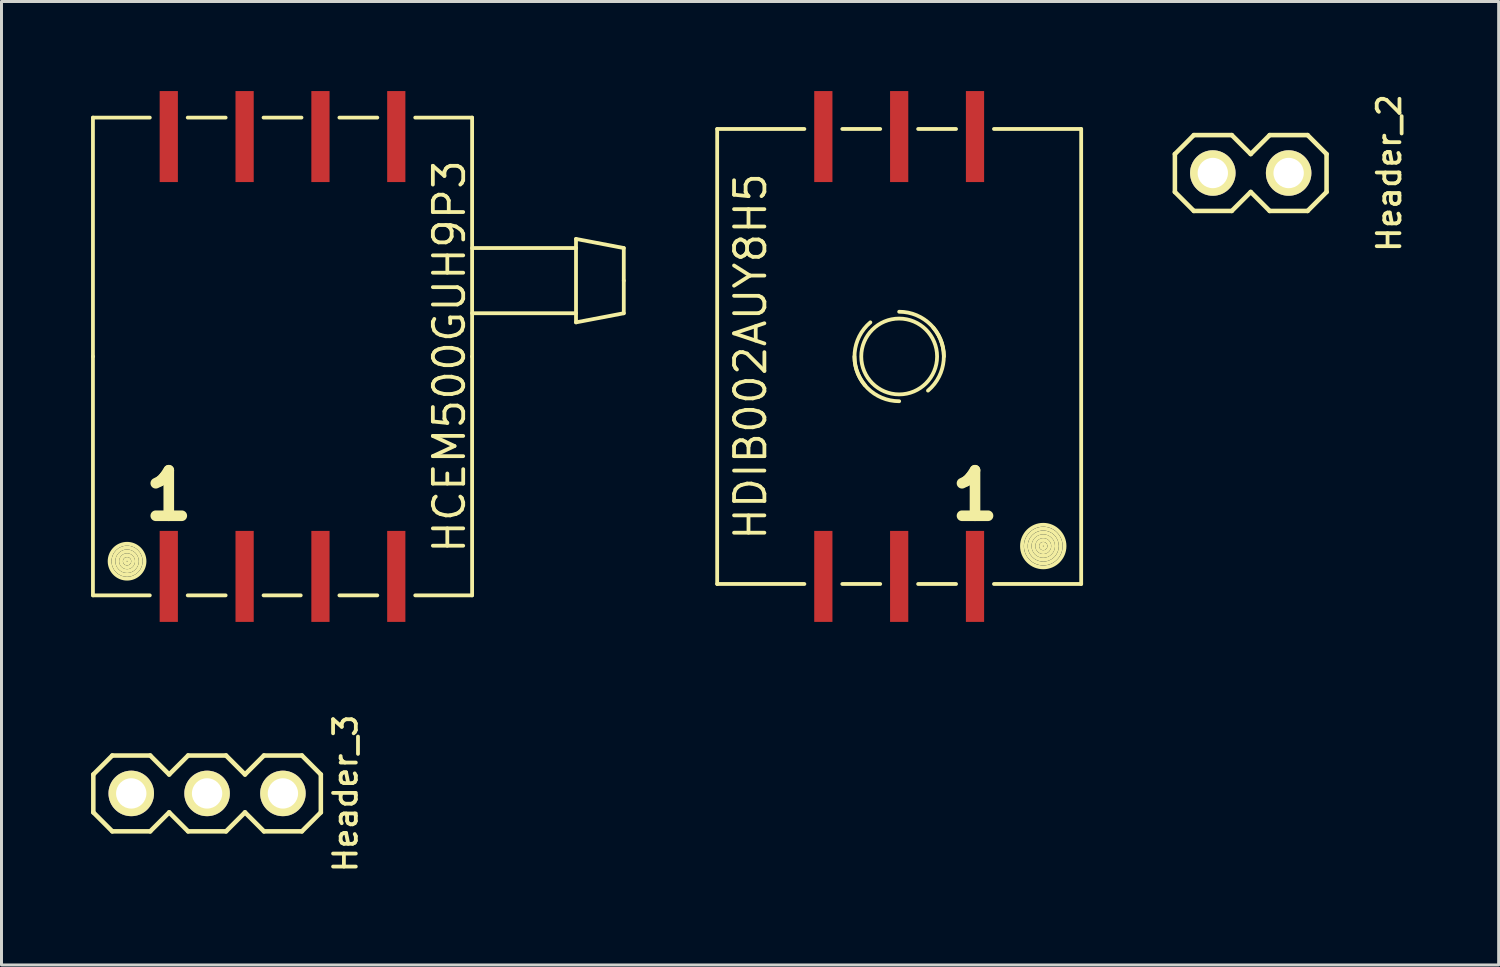
<source format=kicad_pcb>
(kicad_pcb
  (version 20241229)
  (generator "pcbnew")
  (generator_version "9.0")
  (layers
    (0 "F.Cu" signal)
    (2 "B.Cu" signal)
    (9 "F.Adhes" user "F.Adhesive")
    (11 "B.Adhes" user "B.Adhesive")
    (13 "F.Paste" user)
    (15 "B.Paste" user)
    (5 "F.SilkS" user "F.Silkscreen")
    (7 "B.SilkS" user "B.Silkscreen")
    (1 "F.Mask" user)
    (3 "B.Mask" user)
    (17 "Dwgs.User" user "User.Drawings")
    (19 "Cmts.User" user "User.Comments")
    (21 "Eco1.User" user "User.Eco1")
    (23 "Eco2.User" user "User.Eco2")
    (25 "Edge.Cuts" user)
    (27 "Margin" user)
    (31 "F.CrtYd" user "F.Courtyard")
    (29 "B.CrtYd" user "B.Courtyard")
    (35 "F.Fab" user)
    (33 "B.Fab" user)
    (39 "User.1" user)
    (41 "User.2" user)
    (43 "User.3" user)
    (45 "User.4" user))
  (footprint "Header_3"
    (layer "F.Cu")
    (at 3.886 23.525)
    (property "Reference" "Header_3" (at 4.636 0 90) (layer "F.SilkS") (effects (font (size 0.762 0.762) (thickness 0.127))))
    (attr smd)
    (fp_line (start -3.81 -0.635) (end -3.81 0.635) (stroke (width 0.152) (type solid)) (layer "F.SilkS"))
    (fp_line (start -3.81 -0.635) (end -3.175 -1.27) (stroke (width 0.152) (type solid)) (layer "F.SilkS"))
    (fp_line (start -3.175 -1.27) (end -1.905 -1.27) (stroke (width 0.152) (type solid)) (layer "F.SilkS"))
    (fp_line (start -3.175 1.27) (end -3.81 0.635) (stroke (width 0.152) (type solid)) (layer "F.SilkS"))
    (fp_line (start -1.905 -1.27) (end -1.27 -0.635) (stroke (width 0.152) (type solid)) (layer "F.SilkS"))
    (fp_line (start -1.905 1.27) (end -3.175 1.27) (stroke (width 0.152) (type solid)) (layer "F.SilkS"))
    (fp_line (start -1.27 -0.635) (end -0.635 -1.27) (stroke (width 0.152) (type solid)) (layer "F.SilkS"))
    (fp_line (start -1.27 0.635) (end -1.905 1.27) (stroke (width 0.152) (type solid)) (layer "F.SilkS"))
    (fp_line (start -0.635 -1.27) (end 0.635 -1.27) (stroke (width 0.152) (type solid)) (layer "F.SilkS"))
    (fp_line (start -0.635 1.27) (end -1.27 0.635) (stroke (width 0.152) (type solid)) (layer "F.SilkS"))
    (fp_line (start 0.635 -1.27) (end 1.27 -0.635) (stroke (width 0.152) (type solid)) (layer "F.SilkS"))
    (fp_line (start 0.635 1.27) (end -0.635 1.27) (stroke (width 0.152) (type solid)) (layer "F.SilkS"))
    (fp_line (start 1.27 -0.635) (end 1.905 -1.27) (stroke (width 0.152) (type solid)) (layer "F.SilkS"))
    (fp_line (start 1.27 0.635) (end 0.635 1.27) (stroke (width 0.152) (type solid)) (layer "F.SilkS"))
    (fp_line (start 1.905 -1.27) (end 3.175 -1.27) (stroke (width 0.152) (type solid)) (layer "F.SilkS"))
    (fp_line (start 1.905 1.27) (end 1.27 0.635) (stroke (width 0.152) (type solid)) (layer "F.SilkS"))
    (fp_line (start 3.175 -1.27) (end 3.81 -0.635) (stroke (width 0.152) (type solid)) (layer "F.SilkS"))
    (fp_line (start 3.175 1.27) (end 1.905 1.27) (stroke (width 0.152) (type solid)) (layer "F.SilkS"))
    (fp_line (start 3.81 -0.635) (end 3.81 0.635) (stroke (width 0.152) (type solid)) (layer "F.SilkS"))
    (fp_line (start 3.81 0.635) (end 3.175 1.27) (stroke (width 0.152) (type solid)) (layer "F.SilkS"))
    (pad "1" thru_hole circle (at -2.54 0) (size 1.524 1.524) (drill 1.016) (layers "*.Cu" "*.Mask" "F.SilkS"))
    (pad "2" thru_hole circle (at 0 0) (size 1.524 1.524) (drill 1.016) (layers "*.Cu" "*.Mask" "F.SilkS"))
    (pad "3" thru_hole circle (at 2.54 0) (size 1.524 1.524) (drill 1.016) (layers "*.Cu" "*.Mask" "F.SilkS")))
  (footprint "Header_2"
    (layer "F.Cu")
    (at 38.842 2.745)
    (property "Reference" "Header_2" (at 4.636 0 90) (layer "F.SilkS") (effects (font (size 0.762 0.762) (thickness 0.127))))
    (attr smd)
    (fp_line (start -2.54 -0.635) (end -2.54 0.635) (stroke (width 0.152) (type solid)) (layer "F.SilkS"))
    (fp_line (start -2.54 -0.635) (end -1.905 -1.27) (stroke (width 0.152) (type solid)) (layer "F.SilkS"))
    (fp_line (start -1.905 -1.27) (end -0.635 -1.27) (stroke (width 0.152) (type solid)) (layer "F.SilkS"))
    (fp_line (start -1.905 1.27) (end -2.54 0.635) (stroke (width 0.152) (type solid)) (layer "F.SilkS"))
    (fp_line (start -0.635 -1.27) (end 0 -0.635) (stroke (width 0.152) (type solid)) (layer "F.SilkS"))
    (fp_line (start -0.635 1.27) (end -1.905 1.27) (stroke (width 0.152) (type solid)) (layer "F.SilkS"))
    (fp_line (start 0 -0.635) (end 0.635 -1.27) (stroke (width 0.152) (type solid)) (layer "F.SilkS"))
    (fp_line (start 0 0.635) (end -0.635 1.27) (stroke (width 0.152) (type solid)) (layer "F.SilkS"))
    (fp_line (start 0.635 -1.27) (end 1.905 -1.27) (stroke (width 0.152) (type solid)) (layer "F.SilkS"))
    (fp_line (start 0.635 1.27) (end 0 0.635) (stroke (width 0.152) (type solid)) (layer "F.SilkS"))
    (fp_line (start 1.905 -1.27) (end 2.54 -0.635) (stroke (width 0.152) (type solid)) (layer "F.SilkS"))
    (fp_line (start 1.905 1.27) (end 0.635 1.27) (stroke (width 0.152) (type solid)) (layer "F.SilkS"))
    (fp_line (start 2.54 -0.635) (end 2.54 0.635) (stroke (width 0.152) (type solid)) (layer "F.SilkS"))
    (fp_line (start 2.54 0.635) (end 1.905 1.27) (stroke (width 0.152) (type solid)) (layer "F.SilkS"))
    (pad "1" thru_hole circle (at -1.27 0) (size 1.524 1.524) (drill 1.016) (layers "*.Cu" "*.Mask" "F.SilkS"))
    (pad "2" thru_hole circle (at 1.27 0) (size 1.524 1.524) (drill 1.016) (layers "*.Cu" "*.Mask" "F.SilkS")))
  (footprint "HDIB002AUY8H5"
    (layer "F.Cu")
    (at 27.067 8.89)
    (property "Reference" "HDIB002AUY8H5" (at -4.978 0 90) (layer "F.SilkS") (effects (font (size 1.016 1.016) (thickness 0.127))))
    (attr smd)
    (fp_line (start -6.096 -7.62) (end -6.096 7.62) (stroke (width 0.127) (type solid)) (layer "F.SilkS"))
    (fp_line (start -6.096 -7.62) (end -3.175 -7.62) (stroke (width 0.127) (type solid)) (layer "F.SilkS"))
    (fp_line (start -6.096 7.62) (end -3.175 7.62) (stroke (width 0.127) (type solid)) (layer "F.SilkS"))
    (fp_line (start -1.905 -7.62) (end -0.635 -7.62) (stroke (width 0.127) (type solid)) (layer "F.SilkS"))
    (fp_line (start -1.905 7.62) (end -0.635 7.62) (stroke (width 0.127) (type solid)) (layer "F.SilkS"))
    (fp_line (start 0.635 -7.62) (end 1.905 -7.62) (stroke (width 0.127) (type solid)) (layer "F.SilkS"))
    (fp_line (start 0.635 7.62) (end 1.905 7.62) (stroke (width 0.127) (type solid)) (layer "F.SilkS"))
    (fp_line (start 3.175 -7.62) (end 6.096 -7.62) (stroke (width 0.127) (type solid)) (layer "F.SilkS"))
    (fp_line (start 3.175 7.62) (end 6.096 7.62) (stroke (width 0.127) (type solid)) (layer "F.SilkS"))
    (fp_line (start 6.096 7.62) (end 6.096 -7.62) (stroke (width 0.127) (type solid)) (layer "F.SilkS"))
    (fp_arc (start -1.143 0.9652) (mid -1.490723 -0.125724) (end -0.9652 -1.143) (stroke (width 0.127) (type solid)) (layer "F.SilkS"))
    (fp_arc (start 0 -1.4986) (mid 1.05967 -1.05967) (end 1.4986 0) (stroke (width 0.127) (type solid)) (layer "F.SilkS"))
    (fp_arc (start 0 1.4986) (mid -1.05967 1.05967) (end -1.4986 0) (stroke (width 0.127) (type solid)) (layer "F.SilkS"))
    (fp_arc (start 1.143 -0.9652) (mid 1.490723 0.125724) (end 0.9652 1.143) (stroke (width 0.127) (type solid)) (layer "F.SilkS"))
    (fp_circle (center 0 0) (end -1.27 -0.025) (stroke (width 0.127) (type solid)) (fill no) (layer "F.SilkS"))
    (fp_circle (center 4.826 6.35) (end 4.826 6.426) (stroke (width 0.127) (type solid)) (fill no) (layer "F.SilkS"))
    (fp_circle (center 4.826 6.35) (end 4.826 6.553) (stroke (width 0.127) (type solid)) (fill no) (layer "F.SilkS"))
    (fp_circle (center 4.826 6.35) (end 4.826 6.68) (stroke (width 0.127) (type solid)) (fill no) (layer "F.SilkS"))
    (fp_circle (center 4.826 6.35) (end 4.826 6.807) (stroke (width 0.127) (type solid)) (fill no) (layer "F.SilkS"))
    (fp_circle (center 4.826 6.35) (end 4.826 6.934) (stroke (width 0.127) (type solid)) (fill no) (layer "F.SilkS"))
    (fp_circle (center 4.826 6.35) (end 4.877 7.061) (stroke (width 0.127) (type solid)) (fill no) (layer "F.SilkS"))
    (fp_text user "1" (at 2.54 4.648 0) (layer "F.SilkS") (effects (font (size 1.524 1.524) (thickness 0.356))))
    (pad "1" smd rect (at 2.54 7.366) (size 0.61 3.048) (layers "F.Cu" "F.Mask" "F.Paste"))
    (pad "2" smd rect (at 0 7.366) (size 0.61 3.048) (layers "F.Cu" "F.Mask" "F.Paste"))
    (pad "3" smd rect (at -2.54 7.366) (size 0.61 3.048) (layers "F.Cu" "F.Mask" "F.Paste"))
    (pad "4" smd rect (at -2.54 -7.366) (size 0.61 3.048) (layers "F.Cu" "F.Mask" "F.Paste"))
    (pad "5" smd rect (at 0 -7.366) (size 0.61 3.048) (layers "F.Cu" "F.Mask" "F.Paste"))
    (pad "6" smd rect (at 2.54 -7.366) (size 0.61 3.048) (layers "F.Cu" "F.Mask" "F.Paste")))
  (footprint "HCEM500GUH9P3"
    (layer "F.Cu")
    (at 6.413 8.89)
    (property "Reference" "HCEM500GUH9P3" (at 5.588 0 90) (layer "F.SilkS") (effects (font (size 1.016 1.016) (thickness 0.127))))
    (attr smd)
    (fp_line (start -6.35 -8.001) (end -4.445 -8.001) (stroke (width 0.127) (type solid)) (layer "F.SilkS"))
    (fp_line (start -6.35 0) (end -6.35 -8.001) (stroke (width 0.127) (type solid)) (layer "F.SilkS"))
    (fp_line (start -6.35 8.001) (end -6.35 0) (stroke (width 0.127) (type solid)) (layer "F.SilkS"))
    (fp_line (start -4.445 8.001) (end -6.35 8.001) (stroke (width 0.127) (type solid)) (layer "F.SilkS"))
    (fp_line (start -3.175 -8.001) (end -1.905 -8.001) (stroke (width 0.127) (type solid)) (layer "F.SilkS"))
    (fp_line (start -1.905 8.001) (end -3.175 8.001) (stroke (width 0.127) (type solid)) (layer "F.SilkS"))
    (fp_line (start -0.635 -8.001) (end 0.635 -8.001) (stroke (width 0.127) (type solid)) (layer "F.SilkS"))
    (fp_line (start 0.61 8.001) (end -0.635 8.001) (stroke (width 0.127) (type solid)) (layer "F.SilkS"))
    (fp_line (start 1.905 -8.001) (end 3.175 -8.001) (stroke (width 0.127) (type solid)) (layer "F.SilkS"))
    (fp_line (start 3.175 8.001) (end 1.905 8.001) (stroke (width 0.127) (type solid)) (layer "F.SilkS"))
    (fp_line (start 4.445 -8.001) (end 6.35 -8.001) (stroke (width 0.127) (type solid)) (layer "F.SilkS"))
    (fp_line (start 6.35 -8.001) (end 6.35 0) (stroke (width 0.127) (type solid)) (layer "F.SilkS"))
    (fp_line (start 6.35 0) (end 6.35 8.001) (stroke (width 0.127) (type solid)) (layer "F.SilkS"))
    (fp_line (start 6.35 8.001) (end 4.445 8.001) (stroke (width 0.127) (type solid)) (layer "F.SilkS"))
    (fp_line (start 9.83 -3.937) (end 11.43 -3.632) (stroke (width 0.127) (type solid)) (layer "F.SilkS"))
    (fp_line (start 9.83 -3.632) (end 6.35 -3.632) (stroke (width 0.127) (type solid)) (layer "F.SilkS"))
    (fp_line (start 9.83 -1.448) (end 6.35 -1.448) (stroke (width 0.127) (type solid)) (layer "F.SilkS"))
    (fp_line (start 9.83 -1.143) (end 9.83 -3.937) (stroke (width 0.127) (type solid)) (layer "F.SilkS"))
    (fp_line (start 11.43 -2.54) (end 11.43 -3.632) (stroke (width 0.127) (type solid)) (layer "F.SilkS"))
    (fp_line (start 11.43 -2.54) (end 11.43 -1.448) (stroke (width 0.127) (type solid)) (layer "F.SilkS"))
    (fp_line (start 11.43 -1.448) (end 9.83 -1.143) (stroke (width 0.127) (type solid)) (layer "F.SilkS"))
    (fp_circle (center -5.207 6.858) (end -5.791 6.883) (stroke (width 0.127) (type solid)) (fill no) (layer "F.SilkS"))
    (fp_circle (center -5.207 6.858) (end -5.664 6.883) (stroke (width 0.127) (type solid)) (fill no) (layer "F.SilkS"))
    (fp_circle (center -5.207 6.858) (end -5.537 6.858) (stroke (width 0.127) (type solid)) (fill no) (layer "F.SilkS"))
    (fp_circle (center -5.207 6.858) (end -5.41 6.858) (stroke (width 0.127) (type solid)) (fill no) (layer "F.SilkS"))
    (fp_circle (center -5.207 6.858) (end -5.283 6.858) (stroke (width 0.127) (type solid)) (fill no) (layer "F.SilkS"))
    (fp_text user "1" (at -3.81 4.648 0) (layer "F.SilkS") (effects (font (size 1.524 1.524) (thickness 0.356))))
    (pad "1" smd rect (at -3.81 7.366) (size 0.61 3.048) (layers "F.Cu" "F.Mask" "F.Paste"))
    (pad "2" smd rect (at -1.27 7.366) (size 0.61 3.048) (layers "F.Cu" "F.Mask" "F.Paste"))
    (pad "3" smd rect (at 1.27 7.366) (size 0.61 3.048) (layers "F.Cu" "F.Mask" "F.Paste"))
    (pad "4" smd rect (at 3.81 7.366) (size 0.61 3.048) (layers "F.Cu" "F.Mask" "F.Paste"))
    (pad "5" smd rect (at 3.81 -7.366) (size 0.61 3.048) (layers "F.Cu" "F.Mask" "F.Paste"))
    (pad "6" smd rect (at 1.27 -7.366) (size 0.61 3.048) (layers "F.Cu" "F.Mask" "F.Paste"))
    (pad "7" smd rect (at -1.27 -7.366) (size 0.61 3.048) (layers "F.Cu" "F.Mask" "F.Paste"))
    (pad "8" smd rect (at -3.81 -7.366) (size 0.61 3.048) (layers "F.Cu" "F.Mask" "F.Paste")))
  (gr_rect
    (start -3 -3)
    (end 47.146 29.27)
    (stroke (width 0.1) (type default))
    (fill no)
    (layer "Edge.Cuts")))
</source>
